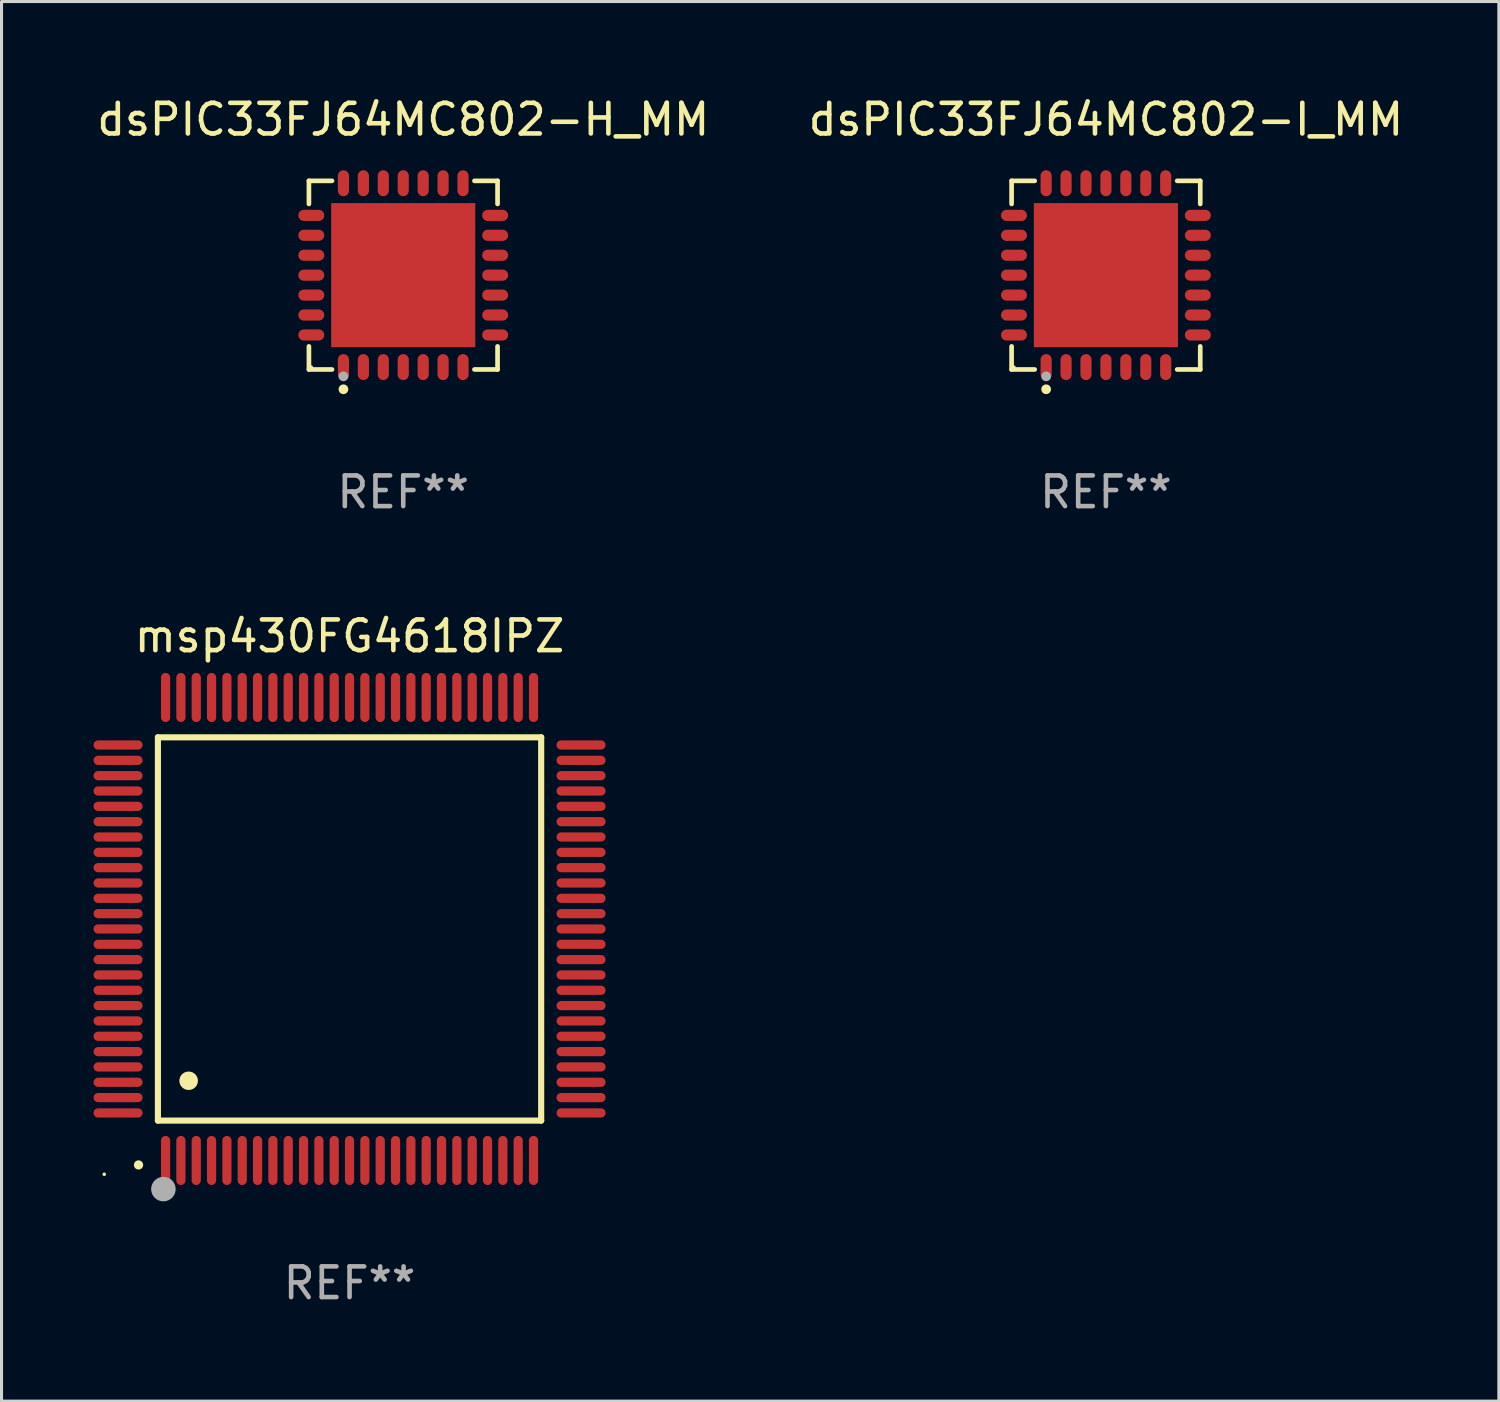
<source format=kicad_pcb>
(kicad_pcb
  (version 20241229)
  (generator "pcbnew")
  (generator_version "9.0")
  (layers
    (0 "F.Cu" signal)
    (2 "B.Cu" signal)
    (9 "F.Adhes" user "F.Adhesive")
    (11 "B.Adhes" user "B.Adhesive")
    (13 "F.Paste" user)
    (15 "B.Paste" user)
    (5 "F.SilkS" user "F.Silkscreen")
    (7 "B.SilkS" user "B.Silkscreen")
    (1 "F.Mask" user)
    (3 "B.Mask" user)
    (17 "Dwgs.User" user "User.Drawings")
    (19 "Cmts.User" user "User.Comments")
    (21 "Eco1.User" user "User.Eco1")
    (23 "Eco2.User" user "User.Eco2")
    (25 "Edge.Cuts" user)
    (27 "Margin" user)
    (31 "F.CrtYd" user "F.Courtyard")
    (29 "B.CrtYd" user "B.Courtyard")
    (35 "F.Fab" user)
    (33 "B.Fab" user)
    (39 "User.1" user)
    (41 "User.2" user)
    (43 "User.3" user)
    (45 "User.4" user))
  (footprint "msp430FG4618IPZ"
    (layer "F.Cu")
    (at 8.35 27.247)
    (property "Reference" "msp430FG4618IPZ" (at 0 -9.55 0) (layer "F.SilkS") (effects (font (size 1 1) (thickness 0.15))))
    (attr through_hole)
    (fp_line (start -6.25 -6.25) (end -6.25 6.25) (stroke (width 0.2) (type solid)) (layer "F.SilkS"))
    (fp_line (start -6.25 6.25) (end 6.25 6.25) (stroke (width 0.2) (type solid)) (layer "F.SilkS"))
    (fp_line (start 6.25 -6.25) (end -6.25 -6.25) (stroke (width 0.2) (type solid)) (layer "F.SilkS"))
    (fp_line (start 6.25 6.25) (end 6.25 -6.25) (stroke (width 0.2) (type solid)) (layer "F.SilkS"))
    (fp_arc (start -6.883414 7.696215) (mid -6.882144 7.69621) (end -6.880874 7.696215) (stroke (width 0.3) (type solid)) (layer "F.SilkS"))
    (fp_arc (start -5.250191 4.95047) (mid -5.247651 4.950459) (end -5.245111 4.95047) (stroke (width 0.6) (type solid)) (layer "F.SilkS"))
    (fp_circle (center -8 8) (end -7.97 8) (stroke (width 0.06) (type solid)) (fill no) (layer "F.SilkS"))
    (fp_circle (center -6.071 8.484) (end -5.871 8.484) (stroke (width 0.4) (type solid)) (fill no) (layer "F.Fab"))
    (fp_text user "REF**" (at 0 11.55 0) (layer "F.Fab") (effects (font (size 1 1) (thickness 0.15))))
    (pad "1" smd oval (at -6 7.55) (size 0.3 1.6) (layers "F.Cu" "F.Mask" "F.Paste"))
    (pad "2" smd oval (at -5.5 7.55) (size 0.3 1.6) (layers "F.Cu" "F.Mask" "F.Paste"))
    (pad "3" smd oval (at -5 7.55) (size 0.3 1.6) (layers "F.Cu" "F.Mask" "F.Paste"))
    (pad "4" smd oval (at -4.5 7.55) (size 0.3 1.6) (layers "F.Cu" "F.Mask" "F.Paste"))
    (pad "5" smd oval (at -4 7.55) (size 0.3 1.6) (layers "F.Cu" "F.Mask" "F.Paste"))
    (pad "6" smd oval (at -3.5 7.55) (size 0.3 1.6) (layers "F.Cu" "F.Mask" "F.Paste"))
    (pad "7" smd oval (at -3 7.55) (size 0.3 1.6) (layers "F.Cu" "F.Mask" "F.Paste"))
    (pad "8" smd oval (at -2.5 7.55) (size 0.3 1.6) (layers "F.Cu" "F.Mask" "F.Paste"))
    (pad "9" smd oval (at -2 7.55) (size 0.3 1.6) (layers "F.Cu" "F.Mask" "F.Paste"))
    (pad "10" smd oval (at -1.5 7.55) (size 0.3 1.6) (layers "F.Cu" "F.Mask" "F.Paste"))
    (pad "11" smd oval (at -1 7.55) (size 0.3 1.6) (layers "F.Cu" "F.Mask" "F.Paste"))
    (pad "12" smd oval (at -0.5 7.55) (size 0.3 1.6) (layers "F.Cu" "F.Mask" "F.Paste"))
    (pad "13" smd oval (at 0 7.55) (size 0.3 1.6) (layers "F.Cu" "F.Mask" "F.Paste"))
    (pad "14" smd oval (at 0.5 7.55) (size 0.3 1.6) (layers "F.Cu" "F.Mask" "F.Paste"))
    (pad "15" smd oval (at 1 7.55) (size 0.3 1.6) (layers "F.Cu" "F.Mask" "F.Paste"))
    (pad "16" smd oval (at 1.5 7.55) (size 0.3 1.6) (layers "F.Cu" "F.Mask" "F.Paste"))
    (pad "17" smd oval (at 2 7.55) (size 0.3 1.6) (layers "F.Cu" "F.Mask" "F.Paste"))
    (pad "18" smd oval (at 2.5 7.55) (size 0.3 1.6) (layers "F.Cu" "F.Mask" "F.Paste"))
    (pad "19" smd oval (at 3 7.55) (size 0.3 1.6) (layers "F.Cu" "F.Mask" "F.Paste"))
    (pad "20" smd oval (at 3.5 7.55) (size 0.3 1.6) (layers "F.Cu" "F.Mask" "F.Paste"))
    (pad "21" smd oval (at 4 7.55) (size 0.3 1.6) (layers "F.Cu" "F.Mask" "F.Paste"))
    (pad "22" smd oval (at 4.5 7.55) (size 0.3 1.6) (layers "F.Cu" "F.Mask" "F.Paste"))
    (pad "23" smd oval (at 5 7.55) (size 0.3 1.6) (layers "F.Cu" "F.Mask" "F.Paste"))
    (pad "24" smd oval (at 5.5 7.55) (size 0.3 1.6) (layers "F.Cu" "F.Mask" "F.Paste"))
    (pad "25" smd oval (at 6 7.55) (size 0.3 1.6) (layers "F.Cu" "F.Mask" "F.Paste"))
    (pad "26" smd oval (at 7.55 6) (size 1.6 0.3) (layers "F.Cu" "F.Mask" "F.Paste"))
    (pad "27" smd oval (at 7.55 5.5) (size 1.6 0.3) (layers "F.Cu" "F.Mask" "F.Paste"))
    (pad "28" smd oval (at 7.55 5) (size 1.6 0.3) (layers "F.Cu" "F.Mask" "F.Paste"))
    (pad "29" smd oval (at 7.55 4.5) (size 1.6 0.3) (layers "F.Cu" "F.Mask" "F.Paste"))
    (pad "30" smd oval (at 7.55 4) (size 1.6 0.3) (layers "F.Cu" "F.Mask" "F.Paste"))
    (pad "31" smd oval (at 7.55 3.5) (size 1.6 0.3) (layers "F.Cu" "F.Mask" "F.Paste"))
    (pad "32" smd oval (at 7.55 3) (size 1.6 0.3) (layers "F.Cu" "F.Mask" "F.Paste"))
    (pad "33" smd oval (at 7.55 2.5) (size 1.6 0.3) (layers "F.Cu" "F.Mask" "F.Paste"))
    (pad "34" smd oval (at 7.55 2) (size 1.6 0.3) (layers "F.Cu" "F.Mask" "F.Paste"))
    (pad "35" smd oval (at 7.55 1.5) (size 1.6 0.3) (layers "F.Cu" "F.Mask" "F.Paste"))
    (pad "36" smd oval (at 7.55 1) (size 1.6 0.3) (layers "F.Cu" "F.Mask" "F.Paste"))
    (pad "37" smd oval (at 7.55 0.5) (size 1.6 0.3) (layers "F.Cu" "F.Mask" "F.Paste"))
    (pad "38" smd oval (at 7.55 0) (size 1.6 0.3) (layers "F.Cu" "F.Mask" "F.Paste"))
    (pad "39" smd oval (at 7.55 -0.5) (size 1.6 0.3) (layers "F.Cu" "F.Mask" "F.Paste"))
    (pad "40" smd oval (at 7.55 -1) (size 1.6 0.3) (layers "F.Cu" "F.Mask" "F.Paste"))
    (pad "41" smd oval (at 7.55 -1.5) (size 1.6 0.3) (layers "F.Cu" "F.Mask" "F.Paste"))
    (pad "42" smd oval (at 7.55 -2) (size 1.6 0.3) (layers "F.Cu" "F.Mask" "F.Paste"))
    (pad "43" smd oval (at 7.55 -2.5) (size 1.6 0.3) (layers "F.Cu" "F.Mask" "F.Paste"))
    (pad "44" smd oval (at 7.55 -3) (size 1.6 0.3) (layers "F.Cu" "F.Mask" "F.Paste"))
    (pad "45" smd oval (at 7.55 -3.5) (size 1.6 0.3) (layers "F.Cu" "F.Mask" "F.Paste"))
    (pad "46" smd oval (at 7.55 -4) (size 1.6 0.3) (layers "F.Cu" "F.Mask" "F.Paste"))
    (pad "47" smd oval (at 7.55 -4.5) (size 1.6 0.3) (layers "F.Cu" "F.Mask" "F.Paste"))
    (pad "48" smd oval (at 7.55 -5) (size 1.6 0.3) (layers "F.Cu" "F.Mask" "F.Paste"))
    (pad "49" smd oval (at 7.55 -5.5) (size 1.6 0.3) (layers "F.Cu" "F.Mask" "F.Paste"))
    (pad "50" smd oval (at 7.55 -6) (size 1.6 0.3) (layers "F.Cu" "F.Mask" "F.Paste"))
    (pad "51" smd oval (at 6 -7.55) (size 0.3 1.6) (layers "F.Cu" "F.Mask" "F.Paste"))
    (pad "52" smd oval (at 5.5 -7.55) (size 0.3 1.6) (layers "F.Cu" "F.Mask" "F.Paste"))
    (pad "53" smd oval (at 5 -7.55) (size 0.3 1.6) (layers "F.Cu" "F.Mask" "F.Paste"))
    (pad "54" smd oval (at 4.5 -7.55) (size 0.3 1.6) (layers "F.Cu" "F.Mask" "F.Paste"))
    (pad "55" smd oval (at 4 -7.55) (size 0.3 1.6) (layers "F.Cu" "F.Mask" "F.Paste"))
    (pad "56" smd oval (at 3.5 -7.55) (size 0.3 1.6) (layers "F.Cu" "F.Mask" "F.Paste"))
    (pad "57" smd oval (at 3 -7.55) (size 0.3 1.6) (layers "F.Cu" "F.Mask" "F.Paste"))
    (pad "58" smd oval (at 2.5 -7.55) (size 0.3 1.6) (layers "F.Cu" "F.Mask" "F.Paste"))
    (pad "59" smd oval (at 2 -7.55) (size 0.3 1.6) (layers "F.Cu" "F.Mask" "F.Paste"))
    (pad "60" smd oval (at 1.5 -7.55) (size 0.3 1.6) (layers "F.Cu" "F.Mask" "F.Paste"))
    (pad "61" smd oval (at 1 -7.55) (size 0.3 1.6) (layers "F.Cu" "F.Mask" "F.Paste"))
    (pad "62" smd oval (at 0.5 -7.55) (size 0.3 1.6) (layers "F.Cu" "F.Mask" "F.Paste"))
    (pad "63" smd oval (at 0 -7.55) (size 0.3 1.6) (layers "F.Cu" "F.Mask" "F.Paste"))
    (pad "64" smd oval (at -0.5 -7.55) (size 0.3 1.6) (layers "F.Cu" "F.Mask" "F.Paste"))
    (pad "65" smd oval (at -1 -7.55) (size 0.3 1.6) (layers "F.Cu" "F.Mask" "F.Paste"))
    (pad "66" smd oval (at -1.5 -7.55) (size 0.3 1.6) (layers "F.Cu" "F.Mask" "F.Paste"))
    (pad "67" smd oval (at -2 -7.55) (size 0.3 1.6) (layers "F.Cu" "F.Mask" "F.Paste"))
    (pad "68" smd oval (at -2.5 -7.55) (size 0.3 1.6) (layers "F.Cu" "F.Mask" "F.Paste"))
    (pad "69" smd oval (at -3 -7.55) (size 0.3 1.6) (layers "F.Cu" "F.Mask" "F.Paste"))
    (pad "70" smd oval (at -3.5 -7.55) (size 0.3 1.6) (layers "F.Cu" "F.Mask" "F.Paste"))
    (pad "71" smd oval (at -4 -7.55) (size 0.3 1.6) (layers "F.Cu" "F.Mask" "F.Paste"))
    (pad "72" smd oval (at -4.5 -7.55) (size 0.3 1.6) (layers "F.Cu" "F.Mask" "F.Paste"))
    (pad "73" smd oval (at -5 -7.55) (size 0.3 1.6) (layers "F.Cu" "F.Mask" "F.Paste"))
    (pad "74" smd oval (at -5.5 -7.55) (size 0.3 1.6) (layers "F.Cu" "F.Mask" "F.Paste"))
    (pad "75" smd oval (at -6 -7.55) (size 0.3 1.6) (layers "F.Cu" "F.Mask" "F.Paste"))
    (pad "76" smd oval (at -7.55 -6) (size 1.6 0.3) (layers "F.Cu" "F.Mask" "F.Paste"))
    (pad "77" smd oval (at -7.55 -5.5) (size 1.6 0.3) (layers "F.Cu" "F.Mask" "F.Paste"))
    (pad "78" smd oval (at -7.55 -5) (size 1.6 0.3) (layers "F.Cu" "F.Mask" "F.Paste"))
    (pad "79" smd oval (at -7.55 -4.5) (size 1.6 0.3) (layers "F.Cu" "F.Mask" "F.Paste"))
    (pad "80" smd oval (at -7.55 -4) (size 1.6 0.3) (layers "F.Cu" "F.Mask" "F.Paste"))
    (pad "81" smd oval (at -7.55 -3.5) (size 1.6 0.3) (layers "F.Cu" "F.Mask" "F.Paste"))
    (pad "82" smd oval (at -7.55 -3) (size 1.6 0.3) (layers "F.Cu" "F.Mask" "F.Paste"))
    (pad "83" smd oval (at -7.55 -2.5) (size 1.6 0.3) (layers "F.Cu" "F.Mask" "F.Paste"))
    (pad "84" smd oval (at -7.55 -2) (size 1.6 0.3) (layers "F.Cu" "F.Mask" "F.Paste"))
    (pad "85" smd oval (at -7.55 -1.5) (size 1.6 0.3) (layers "F.Cu" "F.Mask" "F.Paste"))
    (pad "86" smd oval (at -7.55 -1) (size 1.6 0.3) (layers "F.Cu" "F.Mask" "F.Paste"))
    (pad "87" smd oval (at -7.55 -0.5) (size 1.6 0.3) (layers "F.Cu" "F.Mask" "F.Paste"))
    (pad "88" smd oval (at -7.55 0) (size 1.6 0.3) (layers "F.Cu" "F.Mask" "F.Paste"))
    (pad "89" smd oval (at -7.55 0.5) (size 1.6 0.3) (layers "F.Cu" "F.Mask" "F.Paste"))
    (pad "90" smd oval (at -7.55 1) (size 1.6 0.3) (layers "F.Cu" "F.Mask" "F.Paste"))
    (pad "91" smd oval (at -7.55 1.5) (size 1.6 0.3) (layers "F.Cu" "F.Mask" "F.Paste"))
    (pad "92" smd oval (at -7.55 2) (size 1.6 0.3) (layers "F.Cu" "F.Mask" "F.Paste"))
    (pad "93" smd oval (at -7.55 2.5) (size 1.6 0.3) (layers "F.Cu" "F.Mask" "F.Paste"))
    (pad "94" smd oval (at -7.55 3) (size 1.6 0.3) (layers "F.Cu" "F.Mask" "F.Paste"))
    (pad "95" smd oval (at -7.55 3.5) (size 1.6 0.3) (layers "F.Cu" "F.Mask" "F.Paste"))
    (pad "96" smd oval (at -7.55 4) (size 1.6 0.3) (layers "F.Cu" "F.Mask" "F.Paste"))
    (pad "97" smd oval (at -7.55 4.5) (size 1.6 0.3) (layers "F.Cu" "F.Mask" "F.Paste"))
    (pad "98" smd oval (at -7.55 5) (size 1.6 0.3) (layers "F.Cu" "F.Mask" "F.Paste"))
    (pad "99" smd oval (at -7.55 5.5) (size 1.6 0.3) (layers "F.Cu" "F.Mask" "F.Paste"))
    (pad "100" smd oval (at -7.55 6) (size 1.6 0.3) (layers "F.Cu" "F.Mask" "F.Paste")))
  (footprint "dsPIC33FJ64MC802-H_MM"
    (layer "F.Cu")
    (at 10.101 5.924)
    (property "Reference" "dsPIC33FJ64MC802-H_MM" (at 0 -5.076 0) (layer "F.SilkS") (effects (font (size 1 1) (thickness 0.15))))
    (attr through_hole)
    (fp_line (start -3.076 -3.076) (end -2.323 -3.076) (stroke (width 0.152) (type solid)) (layer "F.SilkS"))
    (fp_line (start -3.076 -2.323) (end -3.076 -3.076) (stroke (width 0.152) (type solid)) (layer "F.SilkS"))
    (fp_line (start -3.076 2.323) (end -3.076 3.076) (stroke (width 0.152) (type solid)) (layer "F.SilkS"))
    (fp_line (start -3.076 3.076) (end -2.323 3.076) (stroke (width 0.152) (type solid)) (layer "F.SilkS"))
    (fp_line (start 3.076 -3.076) (end 2.323 -3.076) (stroke (width 0.152) (type solid)) (layer "F.SilkS"))
    (fp_line (start 3.076 -2.323) (end 3.076 -3.076) (stroke (width 0.152) (type solid)) (layer "F.SilkS"))
    (fp_line (start 3.076 2.323) (end 3.076 3.076) (stroke (width 0.152) (type solid)) (layer "F.SilkS"))
    (fp_line (start 3.076 3.076) (end 2.323 3.076) (stroke (width 0.152) (type solid)) (layer "F.SilkS"))
    (fp_circle (center -3 3) (end -2.97 3) (stroke (width 0.06) (type solid)) (fill no) (layer "F.SilkS"))
    (fp_circle (center -1.95 3.722) (end -1.87 3.722) (stroke (width 0.16) (type solid)) (fill no) (layer "F.SilkS"))
    (fp_circle (center -1.95 3.3) (end -1.87 3.3) (stroke (width 0.16) (type solid)) (fill no) (layer "F.Fab"))
    (fp_text user "REF**" (at 0 7.076 0) (layer "F.Fab") (effects (font (size 1 1) (thickness 0.15))))
    (pad "1" smd oval (at -1.95 2.998) (size 0.364 0.847) (layers "F.Cu" "F.Mask" "F.Paste"))
    (pad "2" smd oval (at -1.3 2.998) (size 0.364 0.847) (layers "F.Cu" "F.Mask" "F.Paste"))
    (pad "3" smd oval (at -0.65 2.998) (size 0.364 0.847) (layers "F.Cu" "F.Mask" "F.Paste"))
    (pad "4" smd oval (at 0 2.998) (size 0.364 0.847) (layers "F.Cu" "F.Mask" "F.Paste"))
    (pad "5" smd oval (at 0.65 2.998) (size 0.364 0.847) (layers "F.Cu" "F.Mask" "F.Paste"))
    (pad "6" smd oval (at 1.3 2.998) (size 0.364 0.847) (layers "F.Cu" "F.Mask" "F.Paste"))
    (pad "7" smd oval (at 1.95 2.998) (size 0.364 0.847) (layers "F.Cu" "F.Mask" "F.Paste"))
    (pad "8" smd oval (at 2.998 1.95) (size 0.847 0.364) (layers "F.Cu" "F.Mask" "F.Paste"))
    (pad "9" smd oval (at 2.998 1.3) (size 0.847 0.364) (layers "F.Cu" "F.Mask" "F.Paste"))
    (pad "10" smd oval (at 2.998 0.65) (size 0.847 0.364) (layers "F.Cu" "F.Mask" "F.Paste"))
    (pad "11" smd oval (at 2.998 0) (size 0.847 0.364) (layers "F.Cu" "F.Mask" "F.Paste"))
    (pad "12" smd oval (at 2.998 -0.65) (size 0.847 0.364) (layers "F.Cu" "F.Mask" "F.Paste"))
    (pad "13" smd oval (at 2.998 -1.3) (size 0.847 0.364) (layers "F.Cu" "F.Mask" "F.Paste"))
    (pad "14" smd oval (at 2.998 -1.95) (size 0.847 0.364) (layers "F.Cu" "F.Mask" "F.Paste"))
    (pad "15" smd oval (at 1.95 -2.998) (size 0.364 0.847) (layers "F.Cu" "F.Mask" "F.Paste"))
    (pad "16" smd oval (at 1.3 -2.998) (size 0.364 0.847) (layers "F.Cu" "F.Mask" "F.Paste"))
    (pad "17" smd oval (at 0.65 -2.998) (size 0.364 0.847) (layers "F.Cu" "F.Mask" "F.Paste"))
    (pad "18" smd oval (at 0 -2.998) (size 0.364 0.847) (layers "F.Cu" "F.Mask" "F.Paste"))
    (pad "19" smd oval (at -0.65 -2.998) (size 0.364 0.847) (layers "F.Cu" "F.Mask" "F.Paste"))
    (pad "20" smd oval (at -1.3 -2.998) (size 0.364 0.847) (layers "F.Cu" "F.Mask" "F.Paste"))
    (pad "21" smd oval (at -1.95 -2.998) (size 0.364 0.847) (layers "F.Cu" "F.Mask" "F.Paste"))
    (pad "22" smd oval (at -2.998 -1.95) (size 0.847 0.364) (layers "F.Cu" "F.Mask" "F.Paste"))
    (pad "23" smd oval (at -2.998 -1.3) (size 0.847 0.364) (layers "F.Cu" "F.Mask" "F.Paste"))
    (pad "24" smd oval (at -2.998 -0.65) (size 0.847 0.364) (layers "F.Cu" "F.Mask" "F.Paste"))
    (pad "25" smd oval (at -2.998 0) (size 0.847 0.364) (layers "F.Cu" "F.Mask" "F.Paste"))
    (pad "26" smd oval (at -2.998 0.65) (size 0.847 0.364) (layers "F.Cu" "F.Mask" "F.Paste"))
    (pad "27" smd oval (at -2.998 1.3) (size 0.847 0.364) (layers "F.Cu" "F.Mask" "F.Paste"))
    (pad "28" smd oval (at -2.998 1.95) (size 0.847 0.364) (layers "F.Cu" "F.Mask" "F.Paste"))
    (pad "29" smd rect (at 0 0) (size 4.7 4.7) (layers "F.Cu" "F.Mask" "F.Paste")))
  (footprint "dsPIC33FJ64MC802-I_MM"
    (layer "F.Cu")
    (at 33.018 5.924)
    (property "Reference" "dsPIC33FJ64MC802-I_MM" (at 0 -5.076 0) (layer "F.SilkS") (effects (font (size 1 1) (thickness 0.15))))
    (attr through_hole)
    (fp_line (start -3.076 -3.076) (end -2.323 -3.076) (stroke (width 0.152) (type solid)) (layer "F.SilkS"))
    (fp_line (start -3.076 -2.323) (end -3.076 -3.076) (stroke (width 0.152) (type solid)) (layer "F.SilkS"))
    (fp_line (start -3.076 2.323) (end -3.076 3.076) (stroke (width 0.152) (type solid)) (layer "F.SilkS"))
    (fp_line (start -3.076 3.076) (end -2.323 3.076) (stroke (width 0.152) (type solid)) (layer "F.SilkS"))
    (fp_line (start 3.076 -3.076) (end 2.323 -3.076) (stroke (width 0.152) (type solid)) (layer "F.SilkS"))
    (fp_line (start 3.076 -2.323) (end 3.076 -3.076) (stroke (width 0.152) (type solid)) (layer "F.SilkS"))
    (fp_line (start 3.076 2.323) (end 3.076 3.076) (stroke (width 0.152) (type solid)) (layer "F.SilkS"))
    (fp_line (start 3.076 3.076) (end 2.323 3.076) (stroke (width 0.152) (type solid)) (layer "F.SilkS"))
    (fp_circle (center -3 3) (end -2.97 3) (stroke (width 0.06) (type solid)) (fill no) (layer "F.SilkS"))
    (fp_circle (center -1.95 3.722) (end -1.87 3.722) (stroke (width 0.16) (type solid)) (fill no) (layer "F.SilkS"))
    (fp_circle (center -1.95 3.3) (end -1.87 3.3) (stroke (width 0.16) (type solid)) (fill no) (layer "F.Fab"))
    (fp_text user "REF**" (at 0 7.076 0) (layer "F.Fab") (effects (font (size 1 1) (thickness 0.15))))
    (pad "1" smd oval (at -1.95 2.998) (size 0.364 0.847) (layers "F.Cu" "F.Mask" "F.Paste"))
    (pad "2" smd oval (at -1.3 2.998) (size 0.364 0.847) (layers "F.Cu" "F.Mask" "F.Paste"))
    (pad "3" smd oval (at -0.65 2.998) (size 0.364 0.847) (layers "F.Cu" "F.Mask" "F.Paste"))
    (pad "4" smd oval (at 0 2.998) (size 0.364 0.847) (layers "F.Cu" "F.Mask" "F.Paste"))
    (pad "5" smd oval (at 0.65 2.998) (size 0.364 0.847) (layers "F.Cu" "F.Mask" "F.Paste"))
    (pad "6" smd oval (at 1.3 2.998) (size 0.364 0.847) (layers "F.Cu" "F.Mask" "F.Paste"))
    (pad "7" smd oval (at 1.95 2.998) (size 0.364 0.847) (layers "F.Cu" "F.Mask" "F.Paste"))
    (pad "8" smd oval (at 2.998 1.95) (size 0.847 0.364) (layers "F.Cu" "F.Mask" "F.Paste"))
    (pad "9" smd oval (at 2.998 1.3) (size 0.847 0.364) (layers "F.Cu" "F.Mask" "F.Paste"))
    (pad "10" smd oval (at 2.998 0.65) (size 0.847 0.364) (layers "F.Cu" "F.Mask" "F.Paste"))
    (pad "11" smd oval (at 2.998 0) (size 0.847 0.364) (layers "F.Cu" "F.Mask" "F.Paste"))
    (pad "12" smd oval (at 2.998 -0.65) (size 0.847 0.364) (layers "F.Cu" "F.Mask" "F.Paste"))
    (pad "13" smd oval (at 2.998 -1.3) (size 0.847 0.364) (layers "F.Cu" "F.Mask" "F.Paste"))
    (pad "14" smd oval (at 2.998 -1.95) (size 0.847 0.364) (layers "F.Cu" "F.Mask" "F.Paste"))
    (pad "15" smd oval (at 1.95 -2.998) (size 0.364 0.847) (layers "F.Cu" "F.Mask" "F.Paste"))
    (pad "16" smd oval (at 1.3 -2.998) (size 0.364 0.847) (layers "F.Cu" "F.Mask" "F.Paste"))
    (pad "17" smd oval (at 0.65 -2.998) (size 0.364 0.847) (layers "F.Cu" "F.Mask" "F.Paste"))
    (pad "18" smd oval (at 0 -2.998) (size 0.364 0.847) (layers "F.Cu" "F.Mask" "F.Paste"))
    (pad "19" smd oval (at -0.65 -2.998) (size 0.364 0.847) (layers "F.Cu" "F.Mask" "F.Paste"))
    (pad "20" smd oval (at -1.3 -2.998) (size 0.364 0.847) (layers "F.Cu" "F.Mask" "F.Paste"))
    (pad "21" smd oval (at -1.95 -2.998) (size 0.364 0.847) (layers "F.Cu" "F.Mask" "F.Paste"))
    (pad "22" smd oval (at -2.998 -1.95) (size 0.847 0.364) (layers "F.Cu" "F.Mask" "F.Paste"))
    (pad "23" smd oval (at -2.998 -1.3) (size 0.847 0.364) (layers "F.Cu" "F.Mask" "F.Paste"))
    (pad "24" smd oval (at -2.998 -0.65) (size 0.847 0.364) (layers "F.Cu" "F.Mask" "F.Paste"))
    (pad "25" smd oval (at -2.998 0) (size 0.847 0.364) (layers "F.Cu" "F.Mask" "F.Paste"))
    (pad "26" smd oval (at -2.998 0.65) (size 0.847 0.364) (layers "F.Cu" "F.Mask" "F.Paste"))
    (pad "27" smd oval (at -2.998 1.3) (size 0.847 0.364) (layers "F.Cu" "F.Mask" "F.Paste"))
    (pad "28" smd oval (at -2.998 1.95) (size 0.847 0.364) (layers "F.Cu" "F.Mask" "F.Paste"))
    (pad "29" smd rect (at 0 0) (size 4.7 4.7) (layers "F.Cu" "F.Mask" "F.Paste")))
  (gr_rect
    (start -3 -3)
    (end 45.833 42.645)
    (stroke (width 0.1) (type default))
    (fill no)
    (layer "Edge.Cuts")))
</source>
